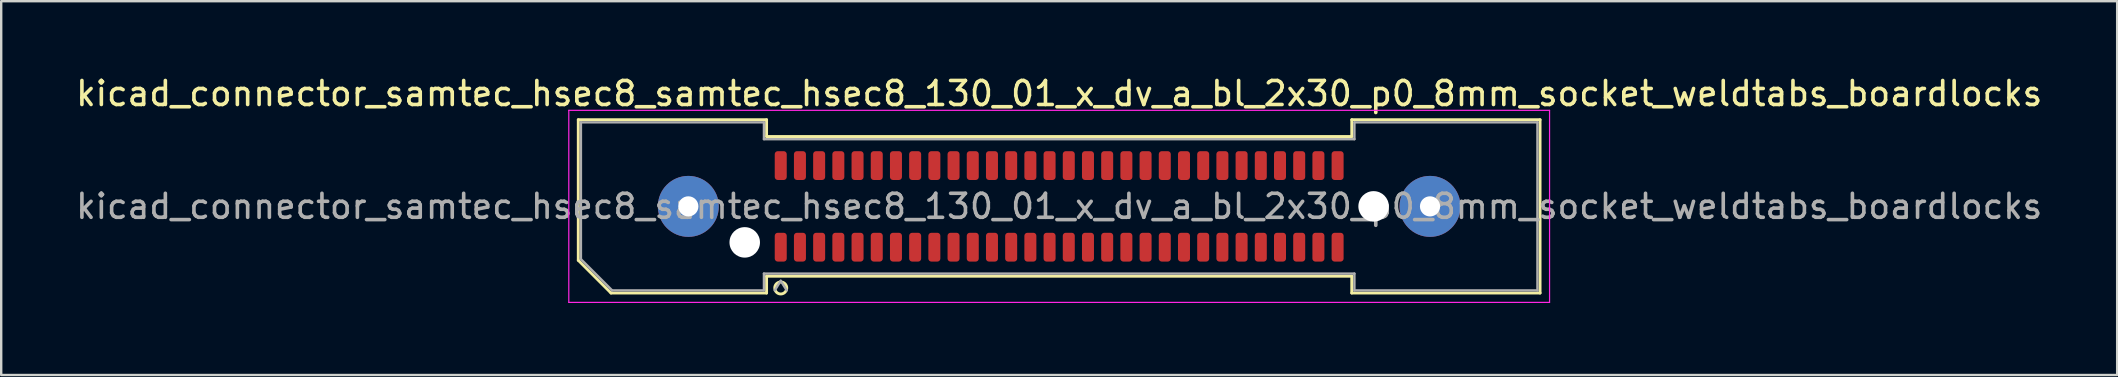
<source format=kicad_pcb>
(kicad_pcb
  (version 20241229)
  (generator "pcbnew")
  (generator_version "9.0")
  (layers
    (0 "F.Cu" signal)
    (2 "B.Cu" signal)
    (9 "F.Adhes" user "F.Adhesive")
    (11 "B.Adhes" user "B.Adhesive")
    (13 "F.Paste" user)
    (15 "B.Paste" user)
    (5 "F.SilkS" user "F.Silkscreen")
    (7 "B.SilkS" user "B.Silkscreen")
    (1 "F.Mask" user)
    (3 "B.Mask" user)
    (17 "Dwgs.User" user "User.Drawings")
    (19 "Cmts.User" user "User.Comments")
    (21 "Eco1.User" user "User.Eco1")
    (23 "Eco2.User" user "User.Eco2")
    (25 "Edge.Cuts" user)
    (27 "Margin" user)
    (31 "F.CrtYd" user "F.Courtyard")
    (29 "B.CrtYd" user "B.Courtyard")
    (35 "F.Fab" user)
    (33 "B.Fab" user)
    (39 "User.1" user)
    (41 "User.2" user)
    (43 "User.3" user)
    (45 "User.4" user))
  (footprint "kicad_connector_samtec_hsec8_samtec_hsec8_130_01_x_dv_a_bl_2x30_p0_8mm_socket_weldtabs_boardlocks"
    (layer "F.Cu")
    (at 41.077 5.548)
    (property "Reference" "kicad_connector_samtec_hsec8_samtec_hsec8_130_01_x_dv_a_bl_2x30_p0_8mm_socket_weldtabs_boardlocks" (at 0 -4.7 0) (layer "F.SilkS") (effects (font (size 1 1) (thickness 0.15))))
    (attr smd)
    (fp_line (start -20.035 -3.61) (end -12.19 -3.61) (stroke (width 0.12) (type solid)) (layer "F.SilkS"))
    (fp_line (start -20.035 2.246) (end -20.035 -3.61) (stroke (width 0.12) (type solid)) (layer "F.SilkS"))
    (fp_line (start -18.671 3.61) (end -20.035 2.246) (stroke (width 0.12) (type solid)) (layer "F.SilkS"))
    (fp_line (start -12.19 -3.61) (end -12.19 -2.91) (stroke (width 0.12) (type solid)) (layer "F.SilkS"))
    (fp_line (start -12.19 -2.91) (end 12.19 -2.91) (stroke (width 0.12) (type solid)) (layer "F.SilkS"))
    (fp_line (start -12.19 2.91) (end -12.19 3.61) (stroke (width 0.12) (type solid)) (layer "F.SilkS"))
    (fp_line (start -12.19 3.61) (end -18.671 3.61) (stroke (width 0.12) (type solid)) (layer "F.SilkS"))
    (fp_line (start 12.19 -3.61) (end 20.035 -3.61) (stroke (width 0.12) (type solid)) (layer "F.SilkS"))
    (fp_line (start 12.19 -2.91) (end 12.19 -3.61) (stroke (width 0.12) (type solid)) (layer "F.SilkS"))
    (fp_line (start 12.19 2.91) (end -12.19 2.91) (stroke (width 0.12) (type solid)) (layer "F.SilkS"))
    (fp_line (start 12.19 3.61) (end 12.19 2.91) (stroke (width 0.12) (type solid)) (layer "F.SilkS"))
    (fp_line (start 20.035 -3.61) (end 20.035 3.61) (stroke (width 0.12) (type solid)) (layer "F.SilkS"))
    (fp_line (start 20.035 3.61) (end 12.19 3.61) (stroke (width 0.12) (type solid)) (layer "F.SilkS"))
    (fp_circle (center -11.6 3.4) (end -11.35 3.4) (stroke (width 0.12) (type solid)) (fill no) (layer "F.SilkS"))
    (fp_line (start -20.43 -4) (end -20.43 4) (stroke (width 0.05) (type solid)) (layer "F.CrtYd"))
    (fp_line (start -20.43 4) (end 20.43 4) (stroke (width 0.05) (type solid)) (layer "F.CrtYd"))
    (fp_line (start 20.43 -4) (end -20.43 -4) (stroke (width 0.05) (type solid)) (layer "F.CrtYd"))
    (fp_line (start 20.43 4) (end 20.43 -4) (stroke (width 0.05) (type solid)) (layer "F.CrtYd"))
    (fp_line (start -19.925 -3.5) (end -12.3 -3.5) (stroke (width 0.1) (type solid)) (layer "F.Fab"))
    (fp_line (start -19.925 2.2) (end -19.925 -3.5) (stroke (width 0.1) (type solid)) (layer "F.Fab"))
    (fp_line (start -18.625 3.5) (end -19.925 2.2) (stroke (width 0.1) (type solid)) (layer "F.Fab"))
    (fp_line (start -12.3 -3.5) (end -12.3 -2.8) (stroke (width 0.1) (type solid)) (layer "F.Fab"))
    (fp_line (start -12.3 -2.8) (end 12.3 -2.8) (stroke (width 0.1) (type solid)) (layer "F.Fab"))
    (fp_line (start -12.3 2.8) (end -12.3 3.5) (stroke (width 0.1) (type solid)) (layer "F.Fab"))
    (fp_line (start -12.3 3.5) (end -18.625 3.5) (stroke (width 0.1) (type solid)) (layer "F.Fab"))
    (fp_line (start -11.6 3.1) (end -11.85 3.5) (stroke (width 0.1) (type solid)) (layer "F.Fab"))
    (fp_line (start -11.6 3.1) (end -11.35 3.5) (stroke (width 0.1) (type solid)) (layer "F.Fab"))
    (fp_line (start 12.3 -3.5) (end 19.925 -3.5) (stroke (width 0.1) (type solid)) (layer "F.Fab"))
    (fp_line (start 12.3 -2.8) (end 12.3 -3.5) (stroke (width 0.1) (type solid)) (layer "F.Fab"))
    (fp_line (start 12.3 2.8) (end -12.3 2.8) (stroke (width 0.1) (type solid)) (layer "F.Fab"))
    (fp_line (start 12.3 3.5) (end 12.3 2.8) (stroke (width 0.1) (type solid)) (layer "F.Fab"))
    (fp_line (start 19.925 -3.5) (end 19.925 3.5) (stroke (width 0.1) (type solid)) (layer "F.Fab"))
    (fp_line (start 19.925 3.5) (end 12.3 3.5) (stroke (width 0.1) (type solid)) (layer "F.Fab"))
    (fp_text user "${REFERENCE}" (at 0 0 0) (layer "F.Fab") (effects (font (size 1 1) (thickness 0.15))))
    (pad "" thru_hole circle (at -15.45 0) (size 2.54 2.54) (drill 0.84) (layers "*.Cu" "*.Mask" "F.Paste"))
    (pad "" np_thru_hole circle (at -13.1 1.5) (size 1.27 1.27) (drill 1.27) (layers "*.Cu" "*.Mask"))
    (pad "" np_thru_hole circle (at 13.1 0) (size 1.27 1.27) (drill 1.27) (layers "*.Cu" "*.Mask"))
    (pad "" thru_hole circle (at 15.45 0) (size 2.54 2.54) (drill 0.84) (layers "*.Cu" "*.Mask" "F.Paste"))
    (pad "1" smd roundrect (at -11.6 1.7) (size 0.5 1.2) (layers "F.Cu" "F.Mask" "F.Paste") (roundrect_rratio 0.25))
    (pad "2" smd roundrect (at -11.6 -1.7) (size 0.5 1.2) (layers "F.Cu" "F.Mask" "F.Paste") (roundrect_rratio 0.25))
    (pad "3" smd roundrect (at -10.8 1.7) (size 0.5 1.2) (layers "F.Cu" "F.Mask" "F.Paste") (roundrect_rratio 0.25))
    (pad "4" smd roundrect (at -10.8 -1.7) (size 0.5 1.2) (layers "F.Cu" "F.Mask" "F.Paste") (roundrect_rratio 0.25))
    (pad "5" smd roundrect (at -10 1.7) (size 0.5 1.2) (layers "F.Cu" "F.Mask" "F.Paste") (roundrect_rratio 0.25))
    (pad "6" smd roundrect (at -10 -1.7) (size 0.5 1.2) (layers "F.Cu" "F.Mask" "F.Paste") (roundrect_rratio 0.25))
    (pad "7" smd roundrect (at -9.2 1.7) (size 0.5 1.2) (layers "F.Cu" "F.Mask" "F.Paste") (roundrect_rratio 0.25))
    (pad "8" smd roundrect (at -9.2 -1.7) (size 0.5 1.2) (layers "F.Cu" "F.Mask" "F.Paste") (roundrect_rratio 0.25))
    (pad "9" smd roundrect (at -8.4 1.7) (size 0.5 1.2) (layers "F.Cu" "F.Mask" "F.Paste") (roundrect_rratio 0.25))
    (pad "10" smd roundrect (at -8.4 -1.7) (size 0.5 1.2) (layers "F.Cu" "F.Mask" "F.Paste") (roundrect_rratio 0.25))
    (pad "11" smd roundrect (at -7.6 1.7) (size 0.5 1.2) (layers "F.Cu" "F.Mask" "F.Paste") (roundrect_rratio 0.25))
    (pad "12" smd roundrect (at -7.6 -1.7) (size 0.5 1.2) (layers "F.Cu" "F.Mask" "F.Paste") (roundrect_rratio 0.25))
    (pad "13" smd roundrect (at -6.8 1.7) (size 0.5 1.2) (layers "F.Cu" "F.Mask" "F.Paste") (roundrect_rratio 0.25))
    (pad "14" smd roundrect (at -6.8 -1.7) (size 0.5 1.2) (layers "F.Cu" "F.Mask" "F.Paste") (roundrect_rratio 0.25))
    (pad "15" smd roundrect (at -6 1.7) (size 0.5 1.2) (layers "F.Cu" "F.Mask" "F.Paste") (roundrect_rratio 0.25))
    (pad "16" smd roundrect (at -6 -1.7) (size 0.5 1.2) (layers "F.Cu" "F.Mask" "F.Paste") (roundrect_rratio 0.25))
    (pad "17" smd roundrect (at -5.2 1.7) (size 0.5 1.2) (layers "F.Cu" "F.Mask" "F.Paste") (roundrect_rratio 0.25))
    (pad "18" smd roundrect (at -5.2 -1.7) (size 0.5 1.2) (layers "F.Cu" "F.Mask" "F.Paste") (roundrect_rratio 0.25))
    (pad "19" smd roundrect (at -4.4 1.7) (size 0.5 1.2) (layers "F.Cu" "F.Mask" "F.Paste") (roundrect_rratio 0.25))
    (pad "20" smd roundrect (at -4.4 -1.7) (size 0.5 1.2) (layers "F.Cu" "F.Mask" "F.Paste") (roundrect_rratio 0.25))
    (pad "21" smd roundrect (at -3.6 1.7) (size 0.5 1.2) (layers "F.Cu" "F.Mask" "F.Paste") (roundrect_rratio 0.25))
    (pad "22" smd roundrect (at -3.6 -1.7) (size 0.5 1.2) (layers "F.Cu" "F.Mask" "F.Paste") (roundrect_rratio 0.25))
    (pad "23" smd roundrect (at -2.8 1.7) (size 0.5 1.2) (layers "F.Cu" "F.Mask" "F.Paste") (roundrect_rratio 0.25))
    (pad "24" smd roundrect (at -2.8 -1.7) (size 0.5 1.2) (layers "F.Cu" "F.Mask" "F.Paste") (roundrect_rratio 0.25))
    (pad "25" smd roundrect (at -2 1.7) (size 0.5 1.2) (layers "F.Cu" "F.Mask" "F.Paste") (roundrect_rratio 0.25))
    (pad "26" smd roundrect (at -2 -1.7) (size 0.5 1.2) (layers "F.Cu" "F.Mask" "F.Paste") (roundrect_rratio 0.25))
    (pad "27" smd roundrect (at -1.2 1.7) (size 0.5 1.2) (layers "F.Cu" "F.Mask" "F.Paste") (roundrect_rratio 0.25))
    (pad "28" smd roundrect (at -1.2 -1.7) (size 0.5 1.2) (layers "F.Cu" "F.Mask" "F.Paste") (roundrect_rratio 0.25))
    (pad "29" smd roundrect (at -0.4 1.7) (size 0.5 1.2) (layers "F.Cu" "F.Mask" "F.Paste") (roundrect_rratio 0.25))
    (pad "30" smd roundrect (at -0.4 -1.7) (size 0.5 1.2) (layers "F.Cu" "F.Mask" "F.Paste") (roundrect_rratio 0.25))
    (pad "31" smd roundrect (at 0.4 1.7) (size 0.5 1.2) (layers "F.Cu" "F.Mask" "F.Paste") (roundrect_rratio 0.25))
    (pad "32" smd roundrect (at 0.4 -1.7) (size 0.5 1.2) (layers "F.Cu" "F.Mask" "F.Paste") (roundrect_rratio 0.25))
    (pad "33" smd roundrect (at 1.2 1.7) (size 0.5 1.2) (layers "F.Cu" "F.Mask" "F.Paste") (roundrect_rratio 0.25))
    (pad "34" smd roundrect (at 1.2 -1.7) (size 0.5 1.2) (layers "F.Cu" "F.Mask" "F.Paste") (roundrect_rratio 0.25))
    (pad "35" smd roundrect (at 2 1.7) (size 0.5 1.2) (layers "F.Cu" "F.Mask" "F.Paste") (roundrect_rratio 0.25))
    (pad "36" smd roundrect (at 2 -1.7) (size 0.5 1.2) (layers "F.Cu" "F.Mask" "F.Paste") (roundrect_rratio 0.25))
    (pad "37" smd roundrect (at 2.8 1.7) (size 0.5 1.2) (layers "F.Cu" "F.Mask" "F.Paste") (roundrect_rratio 0.25))
    (pad "38" smd roundrect (at 2.8 -1.7) (size 0.5 1.2) (layers "F.Cu" "F.Mask" "F.Paste") (roundrect_rratio 0.25))
    (pad "39" smd roundrect (at 3.6 1.7) (size 0.5 1.2) (layers "F.Cu" "F.Mask" "F.Paste") (roundrect_rratio 0.25))
    (pad "40" smd roundrect (at 3.6 -1.7) (size 0.5 1.2) (layers "F.Cu" "F.Mask" "F.Paste") (roundrect_rratio 0.25))
    (pad "41" smd roundrect (at 4.4 1.7) (size 0.5 1.2) (layers "F.Cu" "F.Mask" "F.Paste") (roundrect_rratio 0.25))
    (pad "42" smd roundrect (at 4.4 -1.7) (size 0.5 1.2) (layers "F.Cu" "F.Mask" "F.Paste") (roundrect_rratio 0.25))
    (pad "43" smd roundrect (at 5.2 1.7) (size 0.5 1.2) (layers "F.Cu" "F.Mask" "F.Paste") (roundrect_rratio 0.25))
    (pad "44" smd roundrect (at 5.2 -1.7) (size 0.5 1.2) (layers "F.Cu" "F.Mask" "F.Paste") (roundrect_rratio 0.25))
    (pad "45" smd roundrect (at 6 1.7) (size 0.5 1.2) (layers "F.Cu" "F.Mask" "F.Paste") (roundrect_rratio 0.25))
    (pad "46" smd roundrect (at 6 -1.7) (size 0.5 1.2) (layers "F.Cu" "F.Mask" "F.Paste") (roundrect_rratio 0.25))
    (pad "47" smd roundrect (at 6.8 1.7) (size 0.5 1.2) (layers "F.Cu" "F.Mask" "F.Paste") (roundrect_rratio 0.25))
    (pad "48" smd roundrect (at 6.8 -1.7) (size 0.5 1.2) (layers "F.Cu" "F.Mask" "F.Paste") (roundrect_rratio 0.25))
    (pad "49" smd roundrect (at 7.6 1.7) (size 0.5 1.2) (layers "F.Cu" "F.Mask" "F.Paste") (roundrect_rratio 0.25))
    (pad "50" smd roundrect (at 7.6 -1.7) (size 0.5 1.2) (layers "F.Cu" "F.Mask" "F.Paste") (roundrect_rratio 0.25))
    (pad "51" smd roundrect (at 8.4 1.7) (size 0.5 1.2) (layers "F.Cu" "F.Mask" "F.Paste") (roundrect_rratio 0.25))
    (pad "52" smd roundrect (at 8.4 -1.7) (size 0.5 1.2) (layers "F.Cu" "F.Mask" "F.Paste") (roundrect_rratio 0.25))
    (pad "53" smd roundrect (at 9.2 1.7) (size 0.5 1.2) (layers "F.Cu" "F.Mask" "F.Paste") (roundrect_rratio 0.25))
    (pad "54" smd roundrect (at 9.2 -1.7) (size 0.5 1.2) (layers "F.Cu" "F.Mask" "F.Paste") (roundrect_rratio 0.25))
    (pad "55" smd roundrect (at 10 1.7) (size 0.5 1.2) (layers "F.Cu" "F.Mask" "F.Paste") (roundrect_rratio 0.25))
    (pad "56" smd roundrect (at 10 -1.7) (size 0.5 1.2) (layers "F.Cu" "F.Mask" "F.Paste") (roundrect_rratio 0.25))
    (pad "57" smd roundrect (at 10.8 1.7) (size 0.5 1.2) (layers "F.Cu" "F.Mask" "F.Paste") (roundrect_rratio 0.25))
    (pad "58" smd roundrect (at 10.8 -1.7) (size 0.5 1.2) (layers "F.Cu" "F.Mask" "F.Paste") (roundrect_rratio 0.25))
    (pad "59" smd roundrect (at 11.6 1.7) (size 0.5 1.2) (layers "F.Cu" "F.Mask" "F.Paste") (roundrect_rratio 0.25))
    (pad "60" smd roundrect (at 11.6 -1.7) (size 0.5 1.2) (layers "F.Cu" "F.Mask" "F.Paste") (roundrect_rratio 0.25)))
  (gr_rect
    (start -3 -3)
    (end 85.155 12.573)
    (stroke (width 0.1) (type default))
    (fill no)
    (layer "Edge.Cuts")))
</source>
